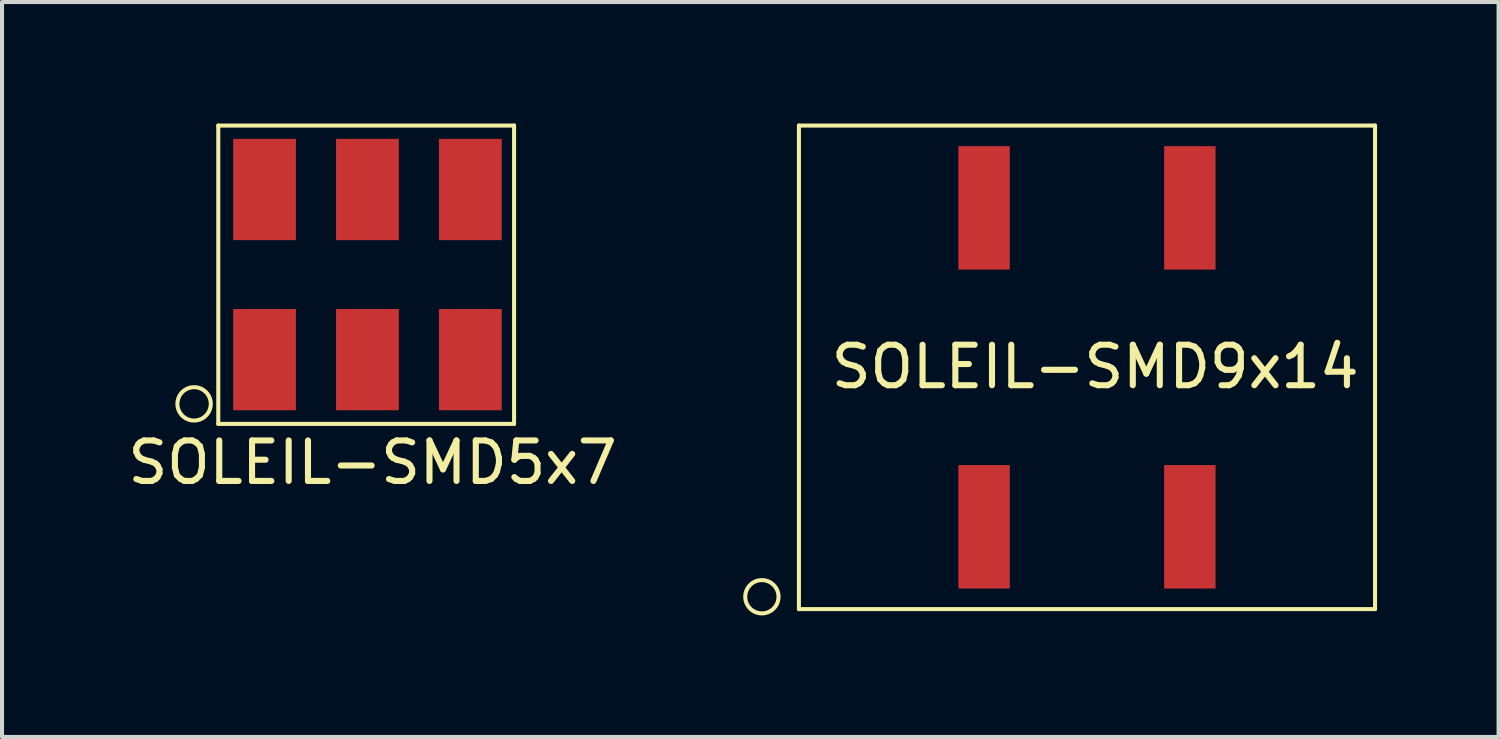
<source format=kicad_pcb>
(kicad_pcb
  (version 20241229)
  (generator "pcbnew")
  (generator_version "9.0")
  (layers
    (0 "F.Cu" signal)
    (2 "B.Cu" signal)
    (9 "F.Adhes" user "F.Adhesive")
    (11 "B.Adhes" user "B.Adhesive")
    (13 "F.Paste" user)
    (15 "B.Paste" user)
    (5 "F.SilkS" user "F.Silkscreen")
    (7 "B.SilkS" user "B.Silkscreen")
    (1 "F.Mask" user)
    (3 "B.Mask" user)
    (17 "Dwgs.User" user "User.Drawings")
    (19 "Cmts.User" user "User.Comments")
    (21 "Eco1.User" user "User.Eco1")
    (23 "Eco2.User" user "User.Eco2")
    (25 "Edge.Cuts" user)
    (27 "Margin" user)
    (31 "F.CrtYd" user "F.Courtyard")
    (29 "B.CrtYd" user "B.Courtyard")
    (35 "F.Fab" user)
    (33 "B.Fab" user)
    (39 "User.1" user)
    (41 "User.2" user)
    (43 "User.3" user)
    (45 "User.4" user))
  (footprint "SOLEIL-SMD5x7"
    (layer "F.Cu")
    (at 3.482 5.829)
    (property "Reference" "SOLEIL-SMD5x7" (at 2.667 2.54 0) (layer "F.SilkS") (effects (font (size 1 1) (thickness 0.15))))
    (attr through_hole)
    (fp_line (start -1.143 -5.779) (end 6.16 -5.779) (stroke (width 0.1) (type solid)) (layer "F.SilkS"))
    (fp_line (start -1.143 1.587) (end -1.143 -5.779) (stroke (width 0.1) (type solid)) (layer "F.SilkS"))
    (fp_line (start -1.143 1.587) (end 6.16 1.587) (stroke (width 0.1) (type solid)) (layer "F.SilkS"))
    (fp_line (start 6.16 1.587) (end 6.16 -5.779) (stroke (width 0.1) (type solid)) (layer "F.SilkS"))
    (fp_circle (center -1.74 1.092) (end -1.341 1.194) (stroke (width 0.1) (type solid)) (fill no) (layer "F.SilkS"))
    (pad "1" smd rect (at 0 0) (size 1.55 2.5) (layers "F.Cu" "F.Mask" "F.Paste"))
    (pad "2" smd rect (at 2.54 0) (size 1.55 2.5) (layers "F.Cu" "F.Mask" "F.Paste"))
    (pad "3" smd rect (at 5.08 0) (size 1.55 2.5) (layers "F.Cu" "F.Mask" "F.Paste"))
    (pad "4" smd rect (at 5.08 -4.2) (size 1.55 2.5) (layers "F.Cu" "F.Mask" "F.Paste"))
    (pad "5" smd rect (at 2.54 -4.2) (size 1.55 2.5) (layers "F.Cu" "F.Mask" "F.Paste"))
    (pad "6" smd rect (at 0 -4.2) (size 1.55 2.5) (layers "F.Cu" "F.Mask" "F.Paste")))
  (footprint "SOLEIL-SMD9x14"
    (layer "F.Cu")
    (at 21.246 9.956)
    (property "Reference" "SOLEIL-SMD9x14" (at 2.743 -3.95 0) (layer "F.SilkS") (effects (font (size 1 1) (thickness 0.15))))
    (attr through_hole)
    (fp_line (start -4.572 -9.906) (end 9.652 -9.906) (stroke (width 0.1) (type solid)) (layer "F.SilkS"))
    (fp_line (start -4.572 2.032) (end -4.572 -9.906) (stroke (width 0.1) (type solid)) (layer "F.SilkS"))
    (fp_line (start -4.572 2.032) (end 9.652 2.032) (stroke (width 0.1) (type solid)) (layer "F.SilkS"))
    (fp_line (start 9.652 -9.906) (end 9.652 2.032) (stroke (width 0.1) (type solid)) (layer "F.SilkS"))
    (fp_circle (center -5.486 1.727) (end -5.088 1.829) (stroke (width 0.1) (type solid)) (fill no) (layer "F.SilkS"))
    (pad "1" smd rect (at 0 0) (size 1.27 3.048) (layers "F.Cu" "F.Mask" "F.Paste"))
    (pad "2" smd rect (at 5.08 0) (size 1.27 3.048) (layers "F.Cu" "F.Mask" "F.Paste"))
    (pad "3" smd rect (at 5.08 -7.874) (size 1.27 3.048) (layers "F.Cu" "F.Mask" "F.Paste"))
    (pad "4" smd rect (at 0 -7.874) (size 1.27 3.048) (layers "F.Cu" "F.Mask" "F.Paste")))
  (gr_rect
    (start -3 -3)
    (end 33.948 15.145)
    (stroke (width 0.1) (type default))
    (fill no)
    (layer "Edge.Cuts")))
</source>
